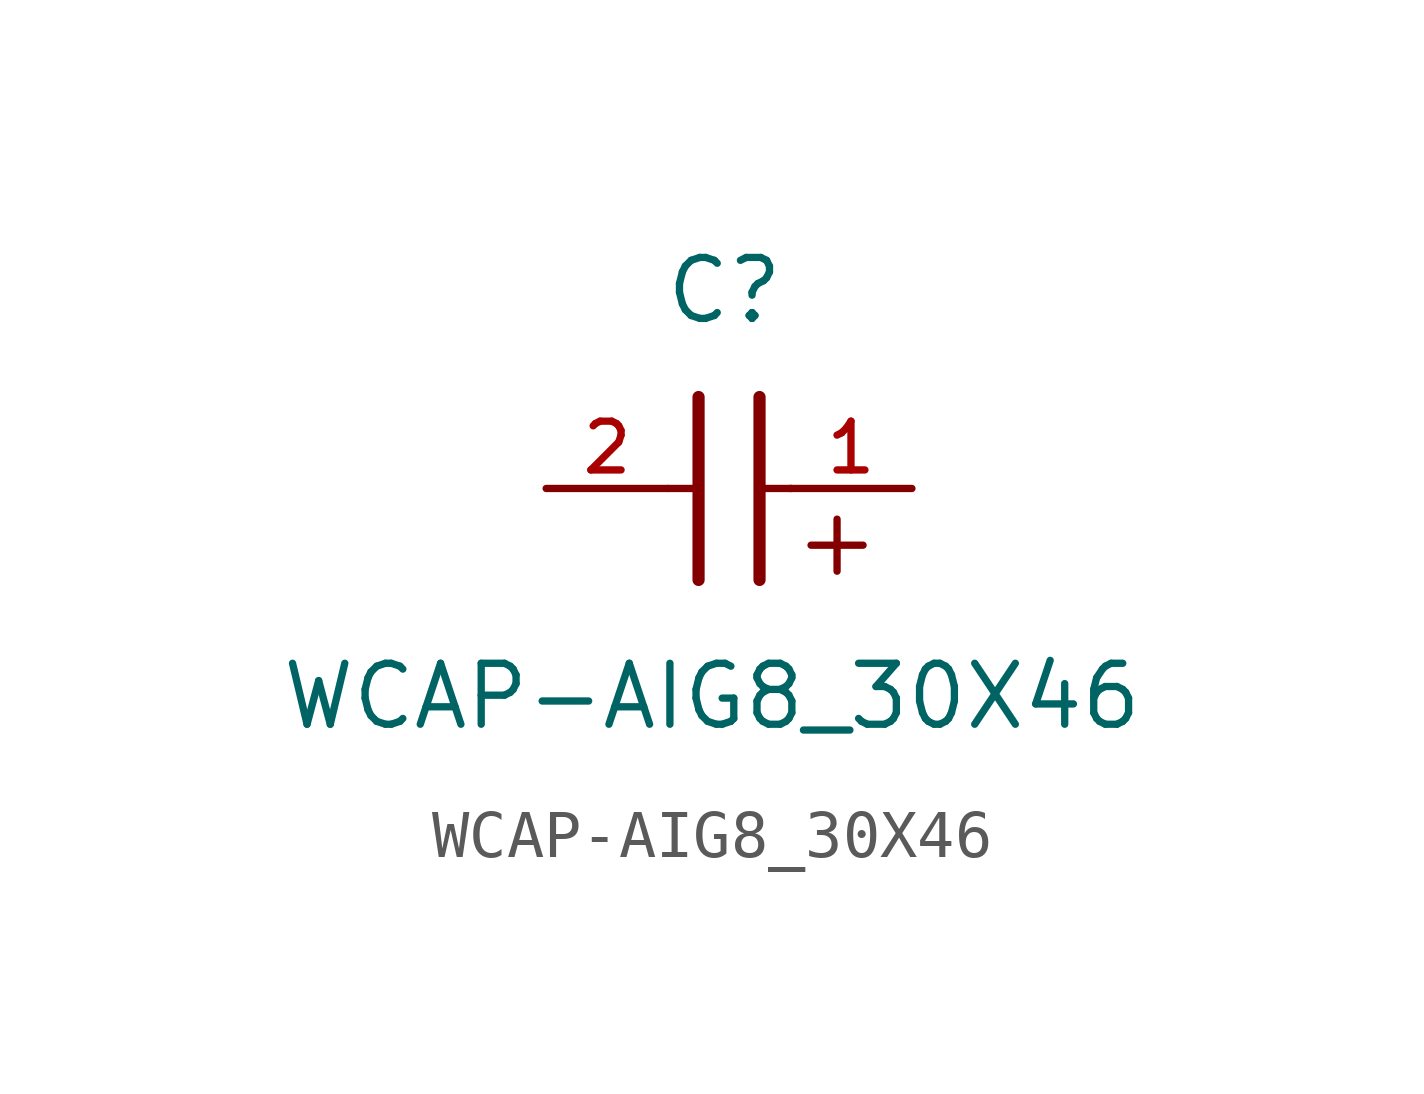
<source format=kicad_sym>
(kicad_symbol_lib
  (version 20211014)
  (generator kicad_symbol_editor)
  (symbol "WCAP-AIG8_30X46"
    (pin_names
      (offset 1.016))
    (property "Reference" "C"
      (at 1.175 3.38 0)
      (effects (font (size 1.27 1.27)) (justify bottom)))
    (property "Value" "WCAP-AIG8_30X46"
      (at 0.915 -5.075 0)
      (effects (font (size 1.27 1.27)) (justify bottom)))
    (symbol "WCAP-AIG8_30X46_0_0"
      (text "+" (at 2.54 -1.905 0) (effects (font (size 1.422 1.422)) (justify bottom left)))
      (polyline (pts (xy 1.905 1.905) (xy 1.905 -1.905)) (stroke (width 0.254)))
      (polyline (pts (xy 0.635 -1.905) (xy 0.635 1.905)) (stroke (width 0.254)))
      (polyline (pts (xy 0.0 0.0) (xy 0.643 0.0)) (stroke (width 0.152)))
      (polyline (pts (xy 1.928 0.0) (xy 2.57 0.0)) (stroke (width 0.152)))
      (pin passive line (at 5.08 0.0 180.0) (length 2.54) (name "~" (effects (font (size 1.016 1.016)))) (number "1" (effects (font (size 1.016 1.016)))))
      (pin passive line (at -2.54 0.0 0) (length 2.54) (name "~" (effects (font (size 1.016 1.016)))) (number "2" (effects (font (size 1.016 1.016))))))))
</source>
